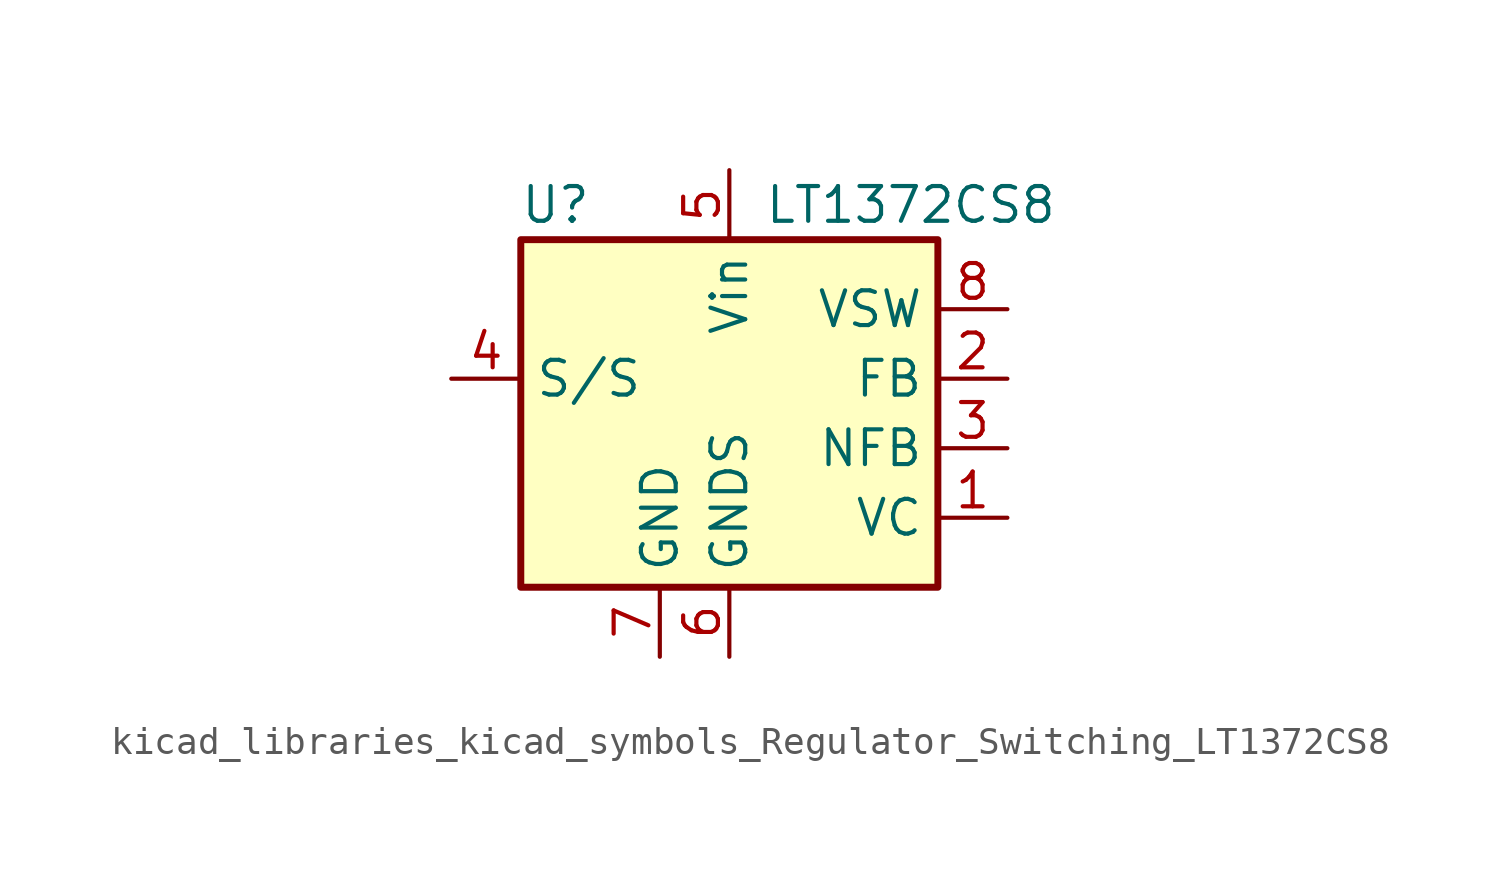
<source format=kicad_sym>
(kicad_symbol_lib
  (version 20220914)
  (generator kicad_symbol_editor)
  (symbol "kicad_libraries_kicad_symbols_Regulator_Switching_LT1372CS8"
    (property "Reference" "U"
      (at -6.35 8.89 0)
      (effects (font (size 1.27 1.27))))
    (property "Value" "LT1372CS8"
      (at 1.27 8.89 0)
      (effects (font (size 1.27 1.27)) (justify left)))
    (symbol "kicad_libraries_kicad_symbols_Regulator_Switching_LT1372CS8_0_1"
      (rectangle (start -7.62 7.62) (end 7.62 -5.08) (stroke (width 0.254) (type default)) (fill (type background))))
    (symbol "kicad_libraries_kicad_symbols_Regulator_Switching_LT1372CS8_1_1"
      (pin passive line (at 10.16 -2.54 180) (length 2.54) (name "VC" (effects (font (size 1.27 1.27)))) (number "1" (effects (font (size 1.27 1.27)))))
      (pin passive line (at 10.16 2.54 180) (length 2.54) (name "FB" (effects (font (size 1.27 1.27)))) (number "2" (effects (font (size 1.27 1.27)))))
      (pin input line (at 10.16 0 180) (length 2.54) (name "NFB" (effects (font (size 1.27 1.27)))) (number "3" (effects (font (size 1.27 1.27)))))
      (pin input line (at -10.16 2.54 0) (length 2.54) (name "S/S" (effects (font (size 1.27 1.27)))) (number "4" (effects (font (size 1.27 1.27)))))
      (pin power_in line (at 0 10.16 270) (length 2.54) (name "Vin" (effects (font (size 1.27 1.27)))) (number "5" (effects (font (size 1.27 1.27)))))
      (pin power_in line (at 0 -7.62 90) (length 2.54) (name "GNDS" (effects (font (size 1.27 1.27)))) (number "6" (effects (font (size 1.27 1.27)))))
      (pin power_in line (at -2.54 -7.62 90) (length 2.54) (name "GND" (effects (font (size 1.27 1.27)))) (number "7" (effects (font (size 1.27 1.27)))))
      (pin output line (at 10.16 5.08 180) (length 2.54) (name "VSW" (effects (font (size 1.27 1.27)))) (number "8" (effects (font (size 1.27 1.27))))))))
</source>
